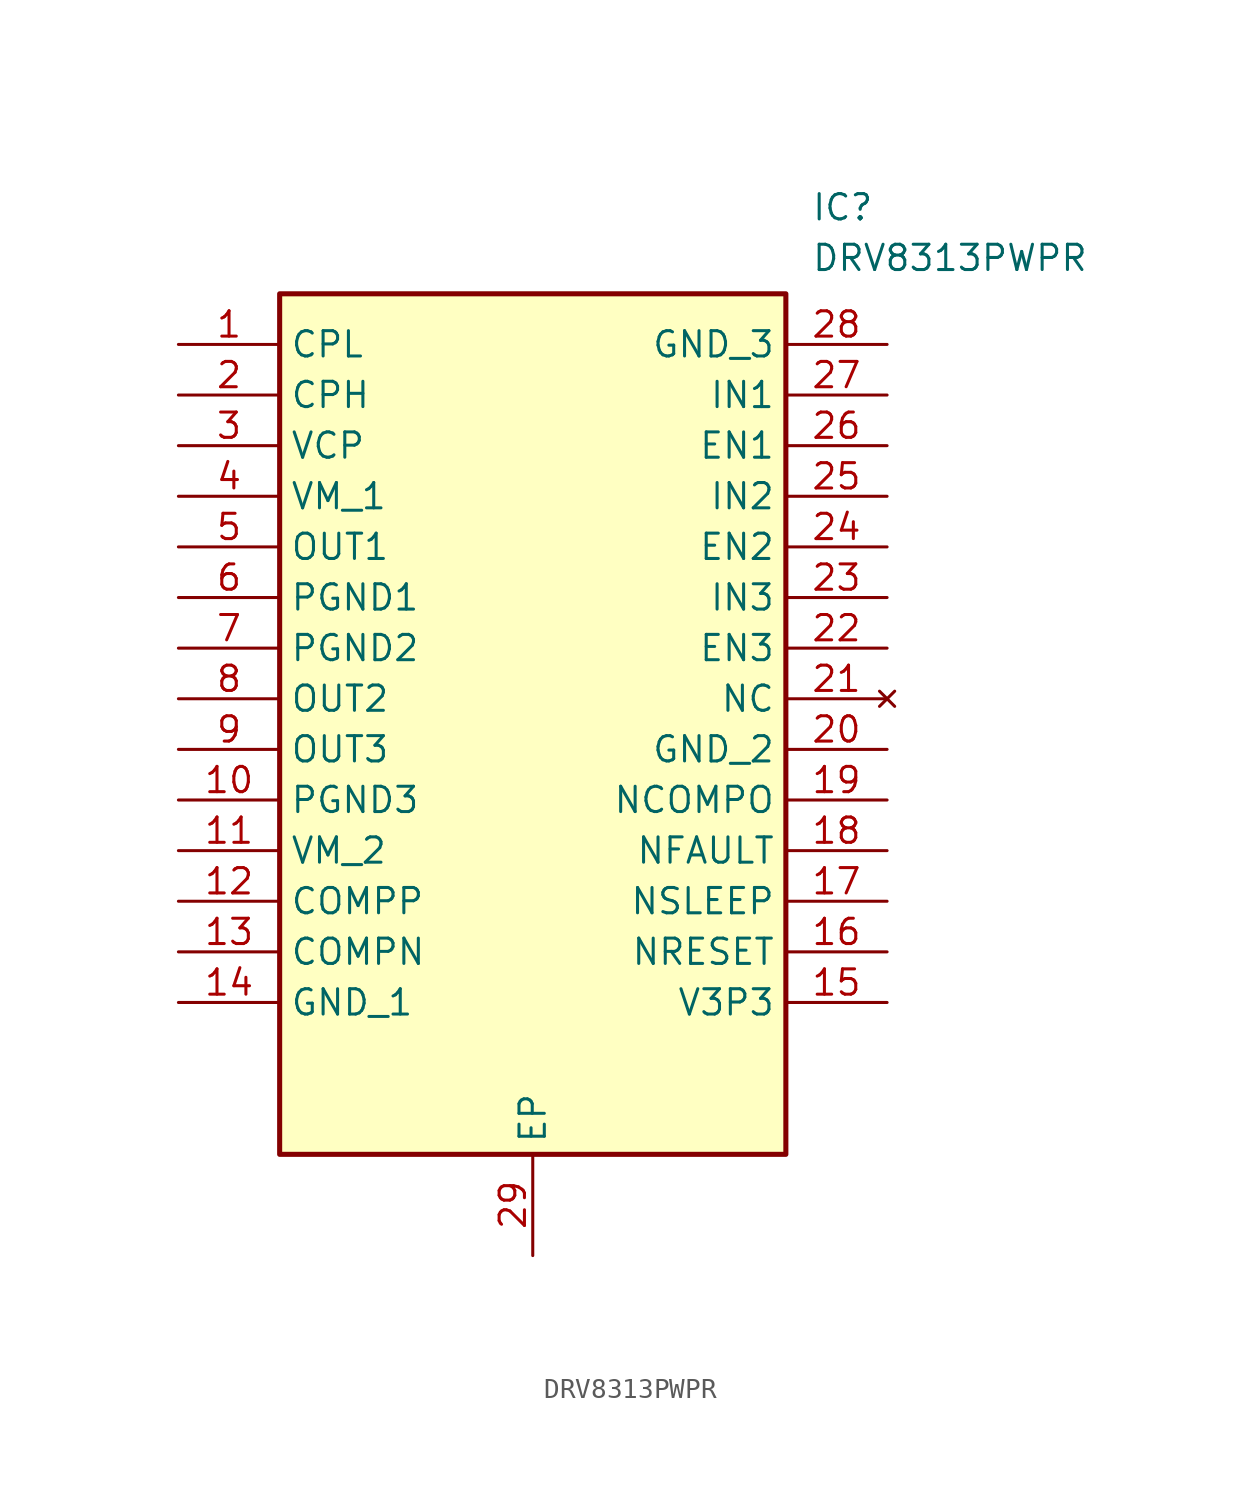
<source format=kicad_sym>
(kicad_symbol_lib
  (version 20211014)
  (generator SamacSys_ECAD_Model)
  (symbol "DRV8313PWPR"
    (property "Reference" "IC"
      (at 31.75 7.62 0)
      (effects (font (size 1.27 1.27)) (justify left top)))
    (property "Value" "DRV8313PWPR"
      (at 31.75 5.08 0)
      (effects (font (size 1.27 1.27)) (justify left top)))
    (rectangle
      (start 5.08 2.54)
      (end 30.48 -40.64)
      (stroke (width 0.254) (type default))
      (fill (type background)))
    (pin passive line
      (at 0 0 0)
      (length 5.08)
      (name "CPL" (effects (font (size 1.27 1.27))))
      (number "1" (effects (font (size 1.27 1.27)))))
    (pin passive line
      (at 0 -2.54 0)
      (length 5.08)
      (name "CPH" (effects (font (size 1.27 1.27))))
      (number "2" (effects (font (size 1.27 1.27)))))
    (pin passive line
      (at 0 -5.08 0)
      (length 5.08)
      (name "VCP" (effects (font (size 1.27 1.27))))
      (number "3" (effects (font (size 1.27 1.27)))))
    (pin passive line
      (at 0 -7.62 0)
      (length 5.08)
      (name "VM_1" (effects (font (size 1.27 1.27))))
      (number "4" (effects (font (size 1.27 1.27)))))
    (pin passive line
      (at 0 -10.16 0)
      (length 5.08)
      (name "OUT1" (effects (font (size 1.27 1.27))))
      (number "5" (effects (font (size 1.27 1.27)))))
    (pin passive line
      (at 0 -12.7 0)
      (length 5.08)
      (name "PGND1" (effects (font (size 1.27 1.27))))
      (number "6" (effects (font (size 1.27 1.27)))))
    (pin passive line
      (at 0 -15.24 0)
      (length 5.08)
      (name "PGND2" (effects (font (size 1.27 1.27))))
      (number "7" (effects (font (size 1.27 1.27)))))
    (pin passive line
      (at 0 -17.78 0)
      (length 5.08)
      (name "OUT2" (effects (font (size 1.27 1.27))))
      (number "8" (effects (font (size 1.27 1.27)))))
    (pin passive line
      (at 0 -20.32 0)
      (length 5.08)
      (name "OUT3" (effects (font (size 1.27 1.27))))
      (number "9" (effects (font (size 1.27 1.27)))))
    (pin passive line
      (at 0 -22.86 0)
      (length 5.08)
      (name "PGND3" (effects (font (size 1.27 1.27))))
      (number "10" (effects (font (size 1.27 1.27)))))
    (pin passive line
      (at 0 -25.4 0)
      (length 5.08)
      (name "VM_2" (effects (font (size 1.27 1.27))))
      (number "11" (effects (font (size 1.27 1.27)))))
    (pin passive line
      (at 0 -27.94 0)
      (length 5.08)
      (name "COMPP" (effects (font (size 1.27 1.27))))
      (number "12" (effects (font (size 1.27 1.27)))))
    (pin passive line
      (at 0 -30.48 0)
      (length 5.08)
      (name "COMPN" (effects (font (size 1.27 1.27))))
      (number "13" (effects (font (size 1.27 1.27)))))
    (pin passive line
      (at 0 -33.02 0)
      (length 5.08)
      (name "GND_1" (effects (font (size 1.27 1.27))))
      (number "14" (effects (font (size 1.27 1.27)))))
    (pin passive line
      (at 17.78 -45.72 90)
      (length 5.08)
      (name "EP" (effects (font (size 1.27 1.27))))
      (number "29" (effects (font (size 1.27 1.27)))))
    (pin passive line
      (at 35.56 0 180)
      (length 5.08)
      (name "GND_3" (effects (font (size 1.27 1.27))))
      (number "28" (effects (font (size 1.27 1.27)))))
    (pin passive line
      (at 35.56 -2.54 180)
      (length 5.08)
      (name "IN1" (effects (font (size 1.27 1.27))))
      (number "27" (effects (font (size 1.27 1.27)))))
    (pin passive line
      (at 35.56 -5.08 180)
      (length 5.08)
      (name "EN1" (effects (font (size 1.27 1.27))))
      (number "26" (effects (font (size 1.27 1.27)))))
    (pin passive line
      (at 35.56 -7.62 180)
      (length 5.08)
      (name "IN2" (effects (font (size 1.27 1.27))))
      (number "25" (effects (font (size 1.27 1.27)))))
    (pin passive line
      (at 35.56 -10.16 180)
      (length 5.08)
      (name "EN2" (effects (font (size 1.27 1.27))))
      (number "24" (effects (font (size 1.27 1.27)))))
    (pin passive line
      (at 35.56 -12.7 180)
      (length 5.08)
      (name "IN3" (effects (font (size 1.27 1.27))))
      (number "23" (effects (font (size 1.27 1.27)))))
    (pin passive line
      (at 35.56 -15.24 180)
      (length 5.08)
      (name "EN3" (effects (font (size 1.27 1.27))))
      (number "22" (effects (font (size 1.27 1.27)))))
    (pin no_connect line
      (at 35.56 -17.78 180)
      (length 5.08)
      (name "NC" (effects (font (size 1.27 1.27))))
      (number "21" (effects (font (size 1.27 1.27)))))
    (pin passive line
      (at 35.56 -20.32 180)
      (length 5.08)
      (name "GND_2" (effects (font (size 1.27 1.27))))
      (number "20" (effects (font (size 1.27 1.27)))))
    (pin passive line
      (at 35.56 -22.86 180)
      (length 5.08)
      (name "NCOMPO" (effects (font (size 1.27 1.27))))
      (number "19" (effects (font (size 1.27 1.27)))))
    (pin passive line
      (at 35.56 -25.4 180)
      (length 5.08)
      (name "NFAULT" (effects (font (size 1.27 1.27))))
      (number "18" (effects (font (size 1.27 1.27)))))
    (pin passive line
      (at 35.56 -27.94 180)
      (length 5.08)
      (name "NSLEEP" (effects (font (size 1.27 1.27))))
      (number "17" (effects (font (size 1.27 1.27)))))
    (pin passive line
      (at 35.56 -30.48 180)
      (length 5.08)
      (name "NRESET" (effects (font (size 1.27 1.27))))
      (number "16" (effects (font (size 1.27 1.27)))))
    (pin passive line
      (at 35.56 -33.02 180)
      (length 5.08)
      (name "V3P3" (effects (font (size 1.27 1.27))))
      (number "15" (effects (font (size 1.27 1.27)))))))
</source>
